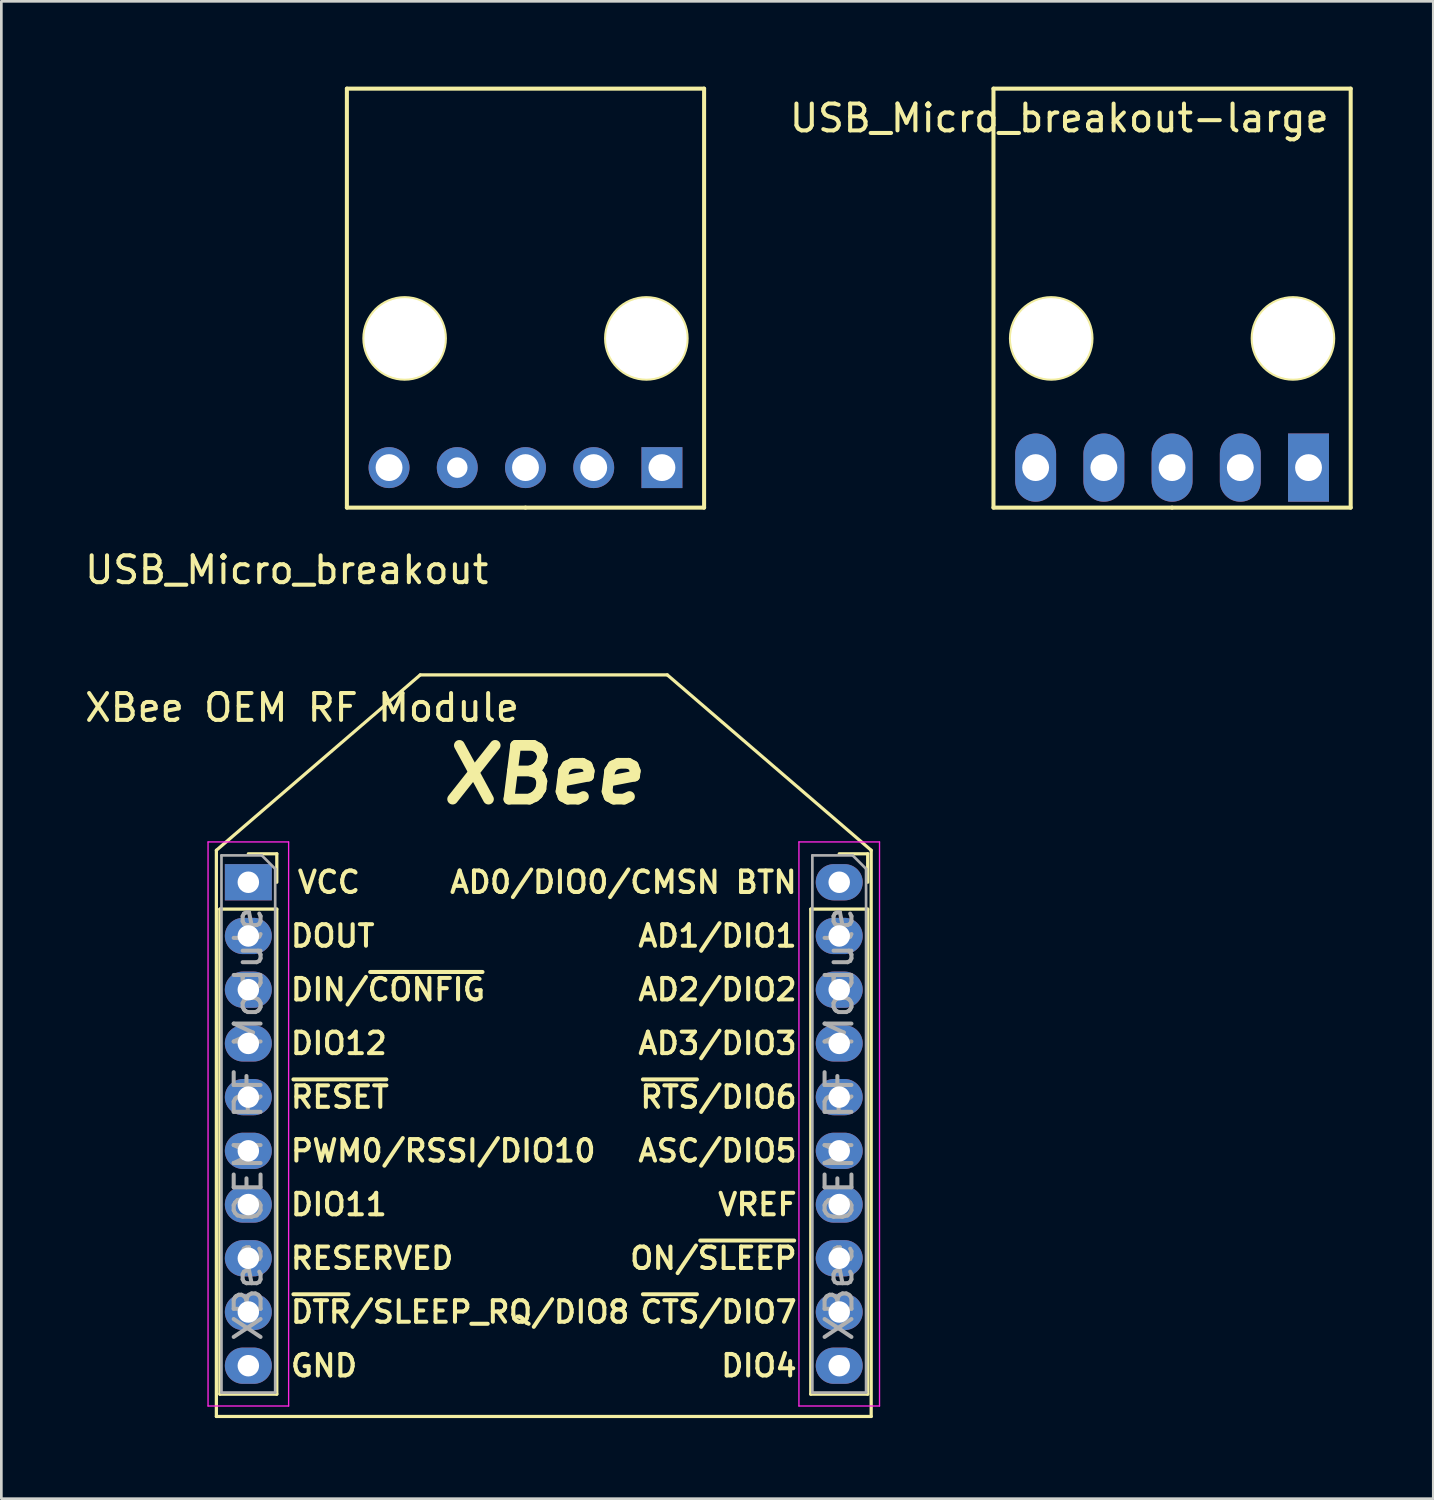
<source format=kicad_pcb>
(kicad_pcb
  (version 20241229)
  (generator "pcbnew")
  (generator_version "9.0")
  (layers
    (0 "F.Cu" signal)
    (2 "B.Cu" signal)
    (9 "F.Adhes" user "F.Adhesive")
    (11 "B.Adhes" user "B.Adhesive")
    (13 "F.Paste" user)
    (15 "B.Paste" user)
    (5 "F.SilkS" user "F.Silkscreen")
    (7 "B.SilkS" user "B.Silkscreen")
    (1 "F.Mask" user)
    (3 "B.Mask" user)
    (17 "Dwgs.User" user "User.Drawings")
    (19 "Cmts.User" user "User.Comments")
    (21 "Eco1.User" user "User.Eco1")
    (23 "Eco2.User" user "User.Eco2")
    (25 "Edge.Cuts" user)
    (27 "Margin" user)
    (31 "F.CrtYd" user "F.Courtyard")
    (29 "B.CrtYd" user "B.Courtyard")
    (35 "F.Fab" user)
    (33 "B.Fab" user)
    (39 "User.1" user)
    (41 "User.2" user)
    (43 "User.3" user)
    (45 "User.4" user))
  (footprint "USB_Micro_breakout"
    (layer "F.Cu")
    (at 16.515 0.25)
    (property "Reference" "USB_Micro_breakout" (at -8.89 17.92 0) (layer "F.SilkS") (effects (font (size 1 1) (thickness 0.15))))
    (attr through_hole)
    (fp_line (start -6.65 0) (end 6.65 0) (stroke (width 0.15) (type solid)) (layer "F.SilkS"))
    (fp_line (start -6.65 15.6) (end -6.65 0) (stroke (width 0.15) (type solid)) (layer "F.SilkS"))
    (fp_line (start -6.65 15.6) (end 0 15.6) (stroke (width 0.15) (type solid)) (layer "F.SilkS"))
    (fp_line (start 0 15.6) (end 6.65 15.6) (stroke (width 0.15) (type solid)) (layer "F.SilkS"))
    (fp_line (start 6.65 15.6) (end 6.65 0) (stroke (width 0.15) (type solid)) (layer "F.SilkS"))
    (fp_circle (center -4.5 9.3) (end -3 9.3) (stroke (width 0.15) (type solid)) (fill no) (layer "F.SilkS"))
    (fp_circle (center 4.5 9.3) (end 6 9.3) (stroke (width 0.15) (type solid)) (fill no) (layer "F.SilkS"))
    (pad "" np_thru_hole circle (at -4.5 9.3) (size 3 3) (drill 3) (layers "*.Cu" "*.Mask"))
    (pad "" np_thru_hole circle (at 4.5 9.3) (size 3 3) (drill 3) (layers "*.Cu" "*.Mask"))
    (pad "1" thru_hole rect (at 5.08 14.11) (size 1.524 1.524) (drill 1) (layers "*.Cu" "*.Mask"))
    (pad "2" thru_hole oval (at 2.54 14.11) (size 1.524 1.524) (drill 1) (layers "*.Cu" "*.Mask"))
    (pad "3" thru_hole oval (at 0 14.11) (size 1.524 1.524) (drill 1) (layers "*.Cu" "*.Mask"))
    (pad "4" thru_hole oval (at -2.54 14.11 90) (size 1.524 1.524) (drill 0.762) (layers "*.Cu" "*.Mask"))
    (pad "5" thru_hole oval (at -5.08 14.11) (size 1.524 1.524) (drill 1) (layers "*.Cu" "*.Mask")))
  (footprint "USB_Micro_breakout-large"
    (layer "F.Cu")
    (at 40.589 0.25)
    (property "Reference" "USB_Micro_breakout-large" (at -4.2 1.1 0) (layer "F.SilkS") (effects (font (size 1 1) (thickness 0.15))))
    (attr through_hole)
    (fp_line (start -6.65 0) (end 6.65 0) (stroke (width 0.15) (type solid)) (layer "F.SilkS"))
    (fp_line (start -6.65 15.6) (end -6.65 0) (stroke (width 0.15) (type solid)) (layer "F.SilkS"))
    (fp_line (start -6.65 15.6) (end 0 15.6) (stroke (width 0.15) (type solid)) (layer "F.SilkS"))
    (fp_line (start 0 15.6) (end 6.65 15.6) (stroke (width 0.15) (type solid)) (layer "F.SilkS"))
    (fp_line (start 6.65 15.6) (end 6.65 0) (stroke (width 0.15) (type solid)) (layer "F.SilkS"))
    (fp_circle (center -4.5 9.3) (end -3 9.3) (stroke (width 0.15) (type solid)) (fill no) (layer "F.SilkS"))
    (fp_circle (center 4.5 9.3) (end 6 9.3) (stroke (width 0.15) (type solid)) (fill no) (layer "F.SilkS"))
    (pad "" np_thru_hole circle (at -4.5 9.3) (size 3 3) (drill 3) (layers "*.Cu" "*.Mask"))
    (pad "" np_thru_hole circle (at 4.5 9.3) (size 3 3) (drill 3) (layers "*.Cu" "*.Mask"))
    (pad "1" thru_hole rect (at 5.08 14.11) (size 1.524 2.54) (drill 1) (layers "*.Cu" "*.Mask"))
    (pad "2" thru_hole oval (at 2.54 14.11) (size 1.524 2.54) (drill 1) (layers "*.Cu" "*.Mask"))
    (pad "3" thru_hole oval (at 0 14.11) (size 1.524 2.54) (drill 1) (layers "*.Cu" "*.Mask"))
    (pad "4" thru_hole oval (at -2.54 14.11) (size 1.524 2.54) (drill 1) (layers "*.Cu" "*.Mask"))
    (pad "5" thru_hole oval (at -5.08 14.11) (size 1.524 2.54) (drill 1) (layers "*.Cu" "*.Mask")))
  (footprint "XBee OEM RF Module"
    (layer "F.Cu")
    (at 6.196 29.798)
    (property "Reference" "XBee OEM RF Module" (at 2 -6.5 0) (layer "F.SilkS") (effects (font (size 1 1) (thickness 0.15))))
    (attr through_hole)
    (fp_line (start -1.19 19.89) (end -1.19 -1.19) (stroke (width 0.12) (type solid)) (layer "F.SilkS"))
    (fp_line (start -1.19 19.89) (end 23.19 19.89) (stroke (width 0.12) (type solid)) (layer "F.SilkS"))
    (fp_line (start -1.06 1) (end -1.06 19.06) (stroke (width 0.12) (type solid)) (layer "F.SilkS"))
    (fp_line (start -1.06 1) (end 1.06 1) (stroke (width 0.12) (type solid)) (layer "F.SilkS"))
    (fp_line (start -1.06 19.06) (end 1.06 19.06) (stroke (width 0.12) (type solid)) (layer "F.SilkS"))
    (fp_line (start 0 -1.06) (end 1.06 -1.06) (stroke (width 0.12) (type solid)) (layer "F.SilkS"))
    (fp_line (start 1.06 -1.06) (end 1.06 0) (stroke (width 0.12) (type solid)) (layer "F.SilkS"))
    (fp_line (start 1.06 1) (end 1.06 19.06) (stroke (width 0.12) (type solid)) (layer "F.SilkS"))
    (fp_line (start 6.4 -7.72) (end -1.19 -1.19) (stroke (width 0.12) (type solid)) (layer "F.SilkS"))
    (fp_line (start 6.4 -7.72) (end 15.6 -7.72) (stroke (width 0.12) (type solid)) (layer "F.SilkS"))
    (fp_line (start 15.6 -7.72) (end 23.19 -1.19) (stroke (width 0.12) (type solid)) (layer "F.SilkS"))
    (fp_line (start 20.94 1) (end 20.94 19.06) (stroke (width 0.12) (type solid)) (layer "F.SilkS"))
    (fp_line (start 20.94 1) (end 23.06 1) (stroke (width 0.12) (type solid)) (layer "F.SilkS"))
    (fp_line (start 20.94 19.06) (end 23.06 19.06) (stroke (width 0.12) (type solid)) (layer "F.SilkS"))
    (fp_line (start 22 -1.06) (end 23.06 -1.06) (stroke (width 0.12) (type solid)) (layer "F.SilkS"))
    (fp_line (start 23.06 -1.06) (end 23.06 0) (stroke (width 0.12) (type solid)) (layer "F.SilkS"))
    (fp_line (start 23.06 1) (end 23.06 19.06) (stroke (width 0.12) (type solid)) (layer "F.SilkS"))
    (fp_line (start 23.19 -1.19) (end 23.19 19.89) (stroke (width 0.12) (type solid)) (layer "F.SilkS"))
    (fp_line (start -1.5 -1.5) (end 1.5 -1.5) (stroke (width 0.05) (type solid)) (layer "F.CrtYd"))
    (fp_line (start -1.5 19.5) (end -1.5 -1.5) (stroke (width 0.05) (type solid)) (layer "F.CrtYd"))
    (fp_line (start 1.5 -1.5) (end 1.5 19.5) (stroke (width 0.05) (type solid)) (layer "F.CrtYd"))
    (fp_line (start 1.5 19.5) (end -1.5 19.5) (stroke (width 0.05) (type solid)) (layer "F.CrtYd"))
    (fp_line (start 20.5 -1.5) (end 23.5 -1.5) (stroke (width 0.05) (type solid)) (layer "F.CrtYd"))
    (fp_line (start 20.5 19.5) (end 20.5 -1.5) (stroke (width 0.05) (type solid)) (layer "F.CrtYd"))
    (fp_line (start 23.5 -1.5) (end 23.5 19.5) (stroke (width 0.05) (type solid)) (layer "F.CrtYd"))
    (fp_line (start 23.5 19.5) (end 20.5 19.5) (stroke (width 0.05) (type solid)) (layer "F.CrtYd"))
    (fp_line (start -1 -1) (end 0.5 -1) (stroke (width 0.1) (type solid)) (layer "F.Fab"))
    (fp_line (start -1 19) (end -1 -1) (stroke (width 0.1) (type solid)) (layer "F.Fab"))
    (fp_line (start 0.5 -1) (end 1 -0.5) (stroke (width 0.1) (type solid)) (layer "F.Fab"))
    (fp_line (start 1 -0.5) (end 1 19) (stroke (width 0.1) (type solid)) (layer "F.Fab"))
    (fp_line (start 1 19) (end -1 19) (stroke (width 0.1) (type solid)) (layer "F.Fab"))
    (fp_line (start 21 -1) (end 22.5 -1) (stroke (width 0.1) (type solid)) (layer "F.Fab"))
    (fp_line (start 21 19) (end 21 -1) (stroke (width 0.1) (type solid)) (layer "F.Fab"))
    (fp_line (start 22.5 -1) (end 23 -0.5) (stroke (width 0.1) (type solid)) (layer "F.Fab"))
    (fp_line (start 23 -0.5) (end 23 19) (stroke (width 0.1) (type solid)) (layer "F.Fab"))
    (fp_line (start 23 19) (end 21 19) (stroke (width 0.1) (type solid)) (layer "F.Fab"))
    (fp_text user "VREF" (at 20.5 12 0) (unlocked yes) (layer "F.SilkS") (effects (font (size 0.8 0.8) (thickness 0.15)) (justify right)))
    (fp_text user "AD1/DIO1" (at 20.5 2 0) (unlocked yes) (layer "F.SilkS") (effects (font (size 0.8 0.8) (thickness 0.15)) (justify right)))
    (fp_text user "XBee" (at 11 -4 0) (unlocked yes) (layer "F.SilkS") (effects (font (size 2 2) (thickness 0.4) (italic yes))))
    (fp_text user "AD3/DIO3" (at 20.5 6 0) (unlocked yes) (layer "F.SilkS") (effects (font (size 0.8 0.8) (thickness 0.15)) (justify right)))
    (fp_text user "PWM0/RSSI/DIO10" (at 1.5 10 0) (unlocked yes) (layer "F.SilkS") (effects (font (size 0.8 0.8) (thickness 0.15)) (justify left)))
    (fp_text user "~{RESET}" (at 1.5 8 0) (unlocked yes) (layer "F.SilkS") (effects (font (size 0.8 0.8) (thickness 0.15)) (justify left)))
    (fp_text user "DIO12" (at 1.5 6 0) (unlocked yes) (layer "F.SilkS") (effects (font (size 0.8 0.8) (thickness 0.15)) (justify left)))
    (fp_text user "~{RTS}/DIO6" (at 20.5 8 0) (unlocked yes) (layer "F.SilkS") (effects (font (size 0.8 0.8) (thickness 0.15)) (justify right)))
    (fp_text user "ASC/DIO5" (at 20.5 10 0) (unlocked yes) (layer "F.SilkS") (effects (font (size 0.8 0.8) (thickness 0.15)) (justify right)))
    (fp_text user "AD0/DIO0/CMSN BTN" (at 20.5 0 0) (unlocked yes) (layer "F.SilkS") (effects (font (size 0.8 0.8) (thickness 0.15)) (justify right)))
    (fp_text user "DIO4" (at 20.5 18 0) (unlocked yes) (layer "F.SilkS") (effects (font (size 0.8 0.8) (thickness 0.15)) (justify right)))
    (fp_text user "AD2/DIO2" (at 20.5 4 0) (unlocked yes) (layer "F.SilkS") (effects (font (size 0.8 0.8) (thickness 0.15)) (justify right)))
    (fp_text user "DIN/~{CONFIG}" (at 1.5 4 0) (unlocked yes) (layer "F.SilkS") (effects (font (size 0.8 0.8) (thickness 0.15)) (justify left)))
    (fp_text user "DIO11" (at 1.5 12 0) (unlocked yes) (layer "F.SilkS") (effects (font (size 0.8 0.8) (thickness 0.15)) (justify left)))
    (fp_text user "ON/~{SLEEP}" (at 20.5 14 0) (unlocked yes) (layer "F.SilkS") (effects (font (size 0.8 0.8) (thickness 0.15)) (justify right)))
    (fp_text user "RESERVED" (at 1.5 14 0) (unlocked yes) (layer "F.SilkS") (effects (font (size 0.8 0.8) (thickness 0.15)) (justify left)))
    (fp_text user "VCC" (at 3 0 0) (unlocked yes) (layer "F.SilkS") (effects (font (size 0.8 0.8) (thickness 0.15))))
    (fp_text user "DOUT" (at 1.5 2 0) (unlocked yes) (layer "F.SilkS") (effects (font (size 0.8 0.8) (thickness 0.15)) (justify left)))
    (fp_text user "~{DTR}/SLEEP_RQ/DIO8" (at 1.5 16 0) (unlocked yes) (layer "F.SilkS") (effects (font (size 0.8 0.8) (thickness 0.15)) (justify left)))
    (fp_text user "GND" (at 1.5 18 0) (unlocked yes) (layer "F.SilkS") (effects (font (size 0.8 0.8) (thickness 0.15)) (justify left)))
    (fp_text user "~{CTS}/DIO7" (at 20.5 16 0) (unlocked yes) (layer "F.SilkS") (effects (font (size 0.8 0.8) (thickness 0.15)) (justify right)))
    (fp_text user "${REFERENCE}" (at 22 9 90) (layer "F.Fab") (effects (font (size 1 1) (thickness 0.15))))
    (fp_text user "${REFERENCE}" (at 0 9 90) (layer "F.Fab") (effects (font (size 1 1) (thickness 0.15))))
    (pad "1" thru_hole rect (at 0 0) (size 1.75 1.35) (drill 0.8) (layers "*.Cu" "*.Mask"))
    (pad "2" thru_hole oval (at 0 2) (size 1.75 1.35) (drill 0.8) (layers "*.Cu" "*.Mask"))
    (pad "3" thru_hole oval (at 0 4) (size 1.75 1.35) (drill 0.8) (layers "*.Cu" "*.Mask"))
    (pad "4" thru_hole oval (at 0 6) (size 1.75 1.35) (drill 0.8) (layers "*.Cu" "*.Mask"))
    (pad "5" thru_hole oval (at 0 8) (size 1.75 1.35) (drill 0.8) (layers "*.Cu" "*.Mask"))
    (pad "6" thru_hole oval (at 0 10) (size 1.75 1.35) (drill 0.8) (layers "*.Cu" "*.Mask"))
    (pad "7" thru_hole oval (at 0 12) (size 1.75 1.35) (drill 0.8) (layers "*.Cu" "*.Mask"))
    (pad "8" thru_hole oval (at 0 14) (size 1.75 1.35) (drill 0.8) (layers "*.Cu" "*.Mask"))
    (pad "9" thru_hole oval (at 0 16) (size 1.75 1.35) (drill 0.8) (layers "*.Cu" "*.Mask"))
    (pad "10" thru_hole oval (at 0 18) (size 1.75 1.35) (drill 0.8) (layers "*.Cu" "*.Mask"))
    (pad "11" thru_hole oval (at 22 18) (size 1.75 1.35) (drill 0.8) (layers "*.Cu" "*.Mask"))
    (pad "12" thru_hole oval (at 22 16) (size 1.75 1.35) (drill 0.8) (layers "*.Cu" "*.Mask"))
    (pad "13" thru_hole oval (at 22 14) (size 1.75 1.35) (drill 0.8) (layers "*.Cu" "*.Mask"))
    (pad "14" thru_hole oval (at 22 12) (size 1.75 1.35) (drill 0.8) (layers "*.Cu" "*.Mask"))
    (pad "15" thru_hole oval (at 22 10) (size 1.75 1.35) (drill 0.8) (layers "*.Cu" "*.Mask"))
    (pad "16" thru_hole oval (at 22 8) (size 1.75 1.35) (drill 0.8) (layers "*.Cu" "*.Mask"))
    (pad "17" thru_hole oval (at 22 6) (size 1.75 1.35) (drill 0.8) (layers "*.Cu" "*.Mask"))
    (pad "18" thru_hole oval (at 22 4) (size 1.75 1.35) (drill 0.8) (layers "*.Cu" "*.Mask"))
    (pad "19" thru_hole oval (at 22 2) (size 1.75 1.35) (drill 0.8) (layers "*.Cu" "*.Mask"))
    (pad "20" thru_hole oval (at 22 0) (size 1.75 1.35) (drill 0.8) (layers "*.Cu" "*.Mask"))
    (zone (net_name "") (layers "F.Cu" "B.Cu") (hatch edge 0.508) (connect_pads) (min_thickness 0.254) (filled_areas_thickness no) (keepout (tracks not_allowed) (vias not_allowed) (pads not_allowed) (copperpour allowed) (footprints allowed)) (placement (enabled no)) (fill) (polygon (pts (xy 26.696 49.298) (xy 7.696 49.298) (xy 7.696 28.298) (xy 26.696 28.298)))))
  (gr_rect
    (start -3 -3)
    (end 50.314 52.748)
    (stroke (width 0.1) (type default))
    (fill no)
    (layer "Edge.Cuts")))
</source>
